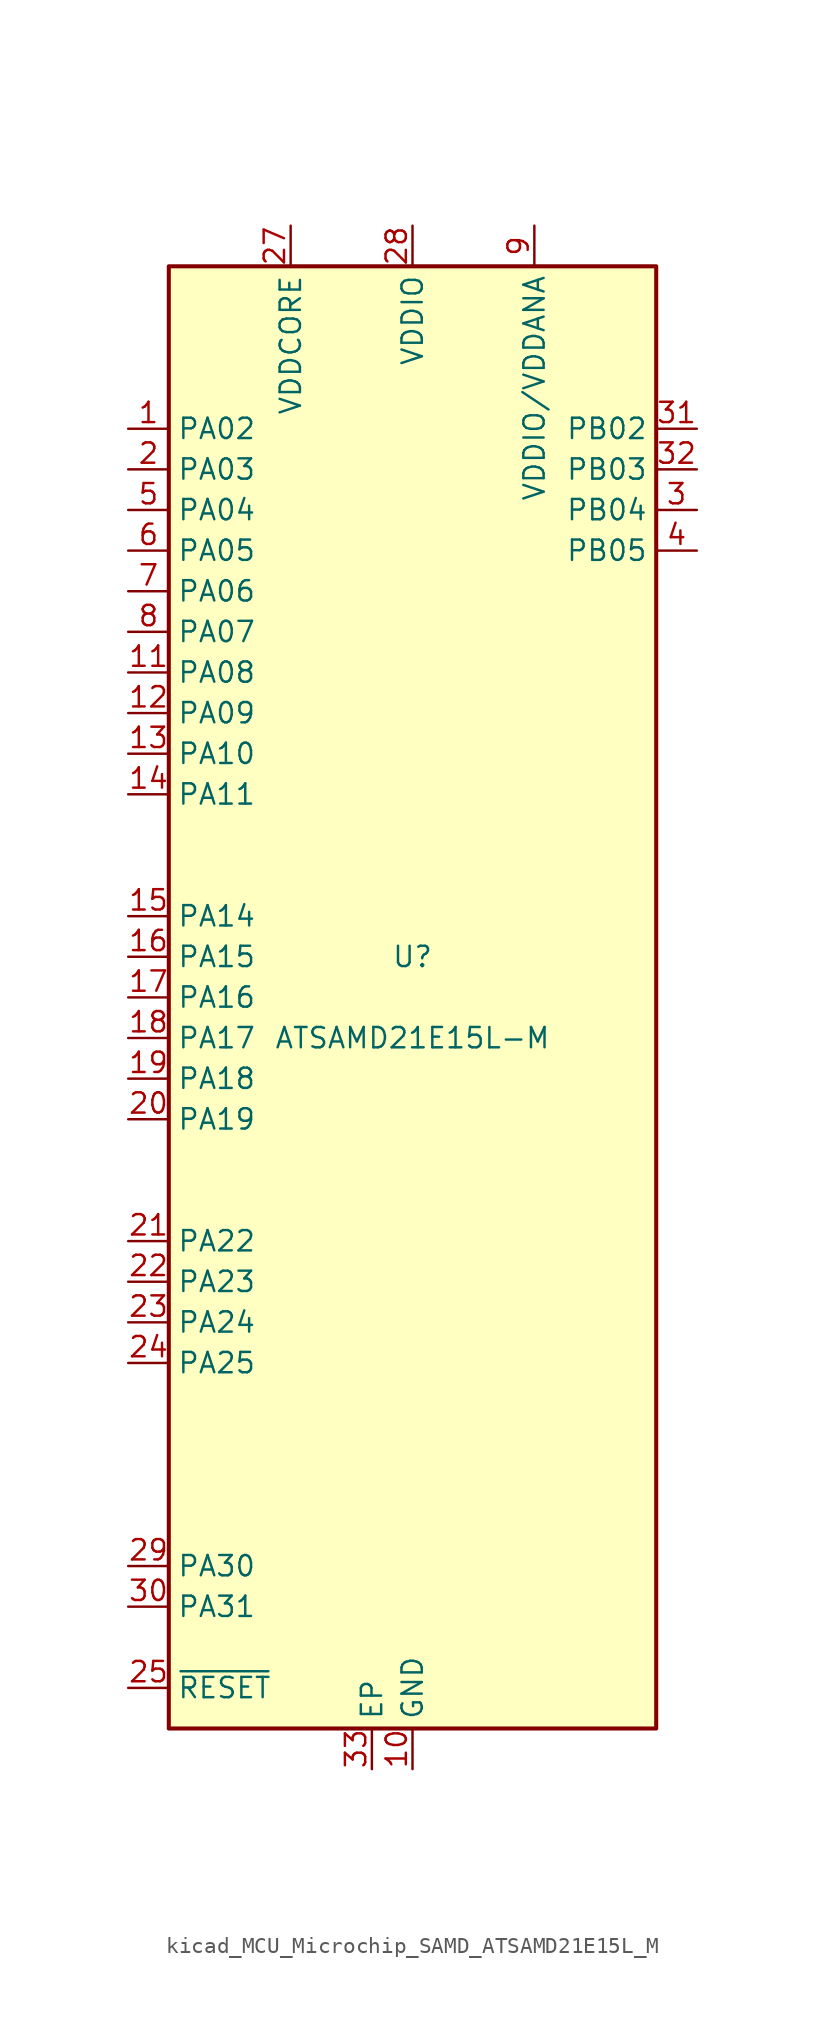
<source format=kicad_sym>
(kicad_symbol_lib
  (version 20220914)
  (generator kicad_symbol_editor)
  (symbol "kicad_MCU_Microchip_SAMD_ATSAMD21E15L_M"
    (property "Reference" "U"
      (at 0 2.54 0)
      (effects (font (size 1.27 1.27))))
    (property "Value" "ATSAMD21E15L-M"
      (at 0 -2.54 0)
      (effects (font (size 1.27 1.27))))
    (symbol "kicad_MCU_Microchip_SAMD_ATSAMD21E15L_M_1_1"
      (rectangle (start -15.24 45.72) (end 15.24 -45.72) (stroke (width 0.254) (type default)) (fill (type background)))
      (pin bidirectional line (at -17.78 35.56 0) (length 2.54) (name "PA02" (effects (font (size 1.27 1.27)))) (number "1" (effects (font (size 1.27 1.27)))))
      (pin power_in line (at 0 -48.26 90) (length 2.54) (name "GND" (effects (font (size 1.27 1.27)))) (number "10" (effects (font (size 1.27 1.27)))))
      (pin bidirectional line (at -17.78 20.32 0) (length 2.54) (name "PA08" (effects (font (size 1.27 1.27)))) (number "11" (effects (font (size 1.27 1.27)))))
      (pin bidirectional line (at -17.78 17.78 0) (length 2.54) (name "PA09" (effects (font (size 1.27 1.27)))) (number "12" (effects (font (size 1.27 1.27)))))
      (pin bidirectional line (at -17.78 15.24 0) (length 2.54) (name "PA10" (effects (font (size 1.27 1.27)))) (number "13" (effects (font (size 1.27 1.27)))))
      (pin bidirectional line (at -17.78 12.7 0) (length 2.54) (name "PA11" (effects (font (size 1.27 1.27)))) (number "14" (effects (font (size 1.27 1.27)))))
      (pin bidirectional line (at -17.78 5.08 0) (length 2.54) (name "PA14" (effects (font (size 1.27 1.27)))) (number "15" (effects (font (size 1.27 1.27)))))
      (pin bidirectional line (at -17.78 2.54 0) (length 2.54) (name "PA15" (effects (font (size 1.27 1.27)))) (number "16" (effects (font (size 1.27 1.27)))))
      (pin bidirectional line (at -17.78 0 0) (length 2.54) (name "PA16" (effects (font (size 1.27 1.27)))) (number "17" (effects (font (size 1.27 1.27)))))
      (pin bidirectional line (at -17.78 -2.54 0) (length 2.54) (name "PA17" (effects (font (size 1.27 1.27)))) (number "18" (effects (font (size 1.27 1.27)))))
      (pin bidirectional line (at -17.78 -5.08 0) (length 2.54) (name "PA18" (effects (font (size 1.27 1.27)))) (number "19" (effects (font (size 1.27 1.27)))))
      (pin bidirectional line (at -17.78 33.02 0) (length 2.54) (name "PA03" (effects (font (size 1.27 1.27)))) (number "2" (effects (font (size 1.27 1.27)))))
      (pin bidirectional line (at -17.78 -7.62 0) (length 2.54) (name "PA19" (effects (font (size 1.27 1.27)))) (number "20" (effects (font (size 1.27 1.27)))))
      (pin bidirectional line (at -17.78 -15.24 0) (length 2.54) (name "PA22" (effects (font (size 1.27 1.27)))) (number "21" (effects (font (size 1.27 1.27)))))
      (pin bidirectional line (at -17.78 -17.78 0) (length 2.54) (name "PA23" (effects (font (size 1.27 1.27)))) (number "22" (effects (font (size 1.27 1.27)))))
      (pin bidirectional line (at -17.78 -20.32 0) (length 2.54) (name "PA24" (effects (font (size 1.27 1.27)))) (number "23" (effects (font (size 1.27 1.27)))))
      (pin bidirectional line (at -17.78 -22.86 0) (length 2.54) (name "PA25" (effects (font (size 1.27 1.27)))) (number "24" (effects (font (size 1.27 1.27)))))
      (pin input line (at -17.78 -43.18 0) (length 2.54) (name "~{RESET}" (effects (font (size 1.27 1.27)))) (number "25" (effects (font (size 1.27 1.27)))))
      (pin passive line (at 0 -48.26 90) (length 2.54) hide (name "GND" (effects (font (size 1.27 1.27)))) (number "26" (effects (font (size 1.27 1.27)))))
      (pin power_out line (at -7.62 48.26 270) (length 2.54) (name "VDDCORE" (effects (font (size 1.27 1.27)))) (number "27" (effects (font (size 1.27 1.27)))))
      (pin power_in line (at 0 48.26 270) (length 2.54) (name "VDDIO" (effects (font (size 1.27 1.27)))) (number "28" (effects (font (size 1.27 1.27)))))
      (pin bidirectional line (at -17.78 -35.56 0) (length 2.54) (name "PA30" (effects (font (size 1.27 1.27)))) (number "29" (effects (font (size 1.27 1.27)))))
      (pin bidirectional line (at 17.78 30.48 180) (length 2.54) (name "PB04" (effects (font (size 1.27 1.27)))) (number "3" (effects (font (size 1.27 1.27)))))
      (pin bidirectional line (at -17.78 -38.1 0) (length 2.54) (name "PA31" (effects (font (size 1.27 1.27)))) (number "30" (effects (font (size 1.27 1.27)))))
      (pin bidirectional line (at 17.78 35.56 180) (length 2.54) (name "PB02" (effects (font (size 1.27 1.27)))) (number "31" (effects (font (size 1.27 1.27)))))
      (pin bidirectional line (at 17.78 33.02 180) (length 2.54) (name "PB03" (effects (font (size 1.27 1.27)))) (number "32" (effects (font (size 1.27 1.27)))))
      (pin passive line (at -2.54 -48.26 90) (length 2.54) (name "EP" (effects (font (size 1.27 1.27)))) (number "33" (effects (font (size 1.27 1.27)))))
      (pin bidirectional line (at 17.78 27.94 180) (length 2.54) (name "PB05" (effects (font (size 1.27 1.27)))) (number "4" (effects (font (size 1.27 1.27)))))
      (pin bidirectional line (at -17.78 30.48 0) (length 2.54) (name "PA04" (effects (font (size 1.27 1.27)))) (number "5" (effects (font (size 1.27 1.27)))))
      (pin bidirectional line (at -17.78 27.94 0) (length 2.54) (name "PA05" (effects (font (size 1.27 1.27)))) (number "6" (effects (font (size 1.27 1.27)))))
      (pin bidirectional line (at -17.78 25.4 0) (length 2.54) (name "PA06" (effects (font (size 1.27 1.27)))) (number "7" (effects (font (size 1.27 1.27)))))
      (pin bidirectional line (at -17.78 22.86 0) (length 2.54) (name "PA07" (effects (font (size 1.27 1.27)))) (number "8" (effects (font (size 1.27 1.27)))))
      (pin power_in line (at 7.62 48.26 270) (length 2.54) (name "VDDIO/VDDANA" (effects (font (size 1.27 1.27)))) (number "9" (effects (font (size 1.27 1.27))))))))
</source>
